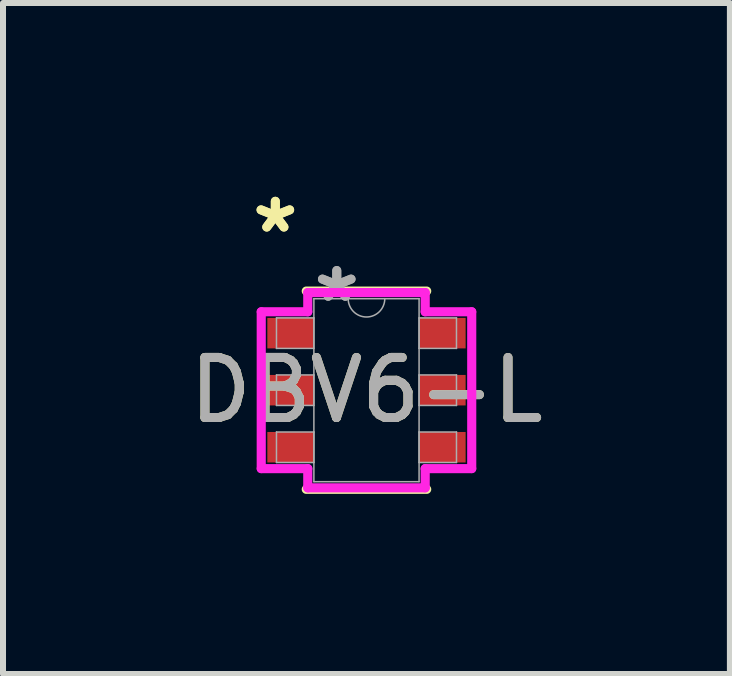
<source format=kicad_pcb>
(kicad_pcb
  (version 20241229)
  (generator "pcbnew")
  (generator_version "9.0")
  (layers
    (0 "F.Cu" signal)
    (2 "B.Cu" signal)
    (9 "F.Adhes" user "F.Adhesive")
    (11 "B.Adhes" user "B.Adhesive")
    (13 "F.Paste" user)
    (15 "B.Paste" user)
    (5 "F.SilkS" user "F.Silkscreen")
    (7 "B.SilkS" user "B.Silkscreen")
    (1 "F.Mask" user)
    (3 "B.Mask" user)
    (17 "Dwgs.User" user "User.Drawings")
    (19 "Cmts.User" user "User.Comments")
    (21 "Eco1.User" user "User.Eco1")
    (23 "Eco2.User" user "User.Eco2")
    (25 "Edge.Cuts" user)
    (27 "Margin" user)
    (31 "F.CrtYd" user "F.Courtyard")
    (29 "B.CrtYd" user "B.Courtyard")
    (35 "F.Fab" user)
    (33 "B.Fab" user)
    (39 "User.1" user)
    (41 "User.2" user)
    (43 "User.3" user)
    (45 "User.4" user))
  (footprint "DBV6-L"
    (layer "F.Cu")
    (at 3.054 3.449)
    (property "Reference" "DBV6-L" (at 0 0 0) (unlocked yes) (layer "F.SilkS") (effects (font (size 1 1) (thickness 0.15))))
    (attr smd)
    (fp_line (start -1.003 1.651) (end 1.003 1.651) (stroke (width 0.152) (type solid)) (layer "F.SilkS"))
    (fp_line (start 1.003 -1.651) (end -1.003 -1.651) (stroke (width 0.152) (type solid)) (layer "F.SilkS"))
    (fp_line (start -1.753 -1.306) (end -0.978 -1.306) (stroke (width 0.152) (type solid)) (layer "F.CrtYd"))
    (fp_line (start -1.753 1.306) (end -1.753 -1.306) (stroke (width 0.152) (type solid)) (layer "F.CrtYd"))
    (fp_line (start -1.753 1.306) (end -0.978 1.306) (stroke (width 0.152) (type solid)) (layer "F.CrtYd"))
    (fp_line (start -0.978 -1.626) (end 0.978 -1.626) (stroke (width 0.152) (type solid)) (layer "F.CrtYd"))
    (fp_line (start -0.978 -1.306) (end -0.978 -1.626) (stroke (width 0.152) (type solid)) (layer "F.CrtYd"))
    (fp_line (start -0.978 1.626) (end -0.978 1.306) (stroke (width 0.152) (type solid)) (layer "F.CrtYd"))
    (fp_line (start 0.978 -1.626) (end 0.978 -1.306) (stroke (width 0.152) (type solid)) (layer "F.CrtYd"))
    (fp_line (start 0.978 1.306) (end 0.978 1.626) (stroke (width 0.152) (type solid)) (layer "F.CrtYd"))
    (fp_line (start 0.978 1.626) (end -0.978 1.626) (stroke (width 0.152) (type solid)) (layer "F.CrtYd"))
    (fp_line (start 1.753 -1.306) (end 0.978 -1.306) (stroke (width 0.152) (type solid)) (layer "F.CrtYd"))
    (fp_line (start 1.753 -1.306) (end 1.753 1.306) (stroke (width 0.152) (type solid)) (layer "F.CrtYd"))
    (fp_line (start 1.753 1.306) (end 0.978 1.306) (stroke (width 0.152) (type solid)) (layer "F.CrtYd"))
    (fp_line (start -1.499 -1.204) (end -1.499 -0.696) (stroke (width 0.025) (type solid)) (layer "F.Fab"))
    (fp_line (start -1.499 -0.696) (end -0.876 -0.696) (stroke (width 0.025) (type solid)) (layer "F.Fab"))
    (fp_line (start -1.499 -0.254) (end -1.499 0.254) (stroke (width 0.025) (type solid)) (layer "F.Fab"))
    (fp_line (start -1.499 0.254) (end -0.876 0.254) (stroke (width 0.025) (type solid)) (layer "F.Fab"))
    (fp_line (start -1.499 0.696) (end -1.499 1.204) (stroke (width 0.025) (type solid)) (layer "F.Fab"))
    (fp_line (start -1.499 1.204) (end -0.876 1.204) (stroke (width 0.025) (type solid)) (layer "F.Fab"))
    (fp_line (start -0.876 -1.524) (end -0.876 1.524) (stroke (width 0.025) (type solid)) (layer "F.Fab"))
    (fp_line (start -0.876 -1.204) (end -1.499 -1.204) (stroke (width 0.025) (type solid)) (layer "F.Fab"))
    (fp_line (start -0.876 -0.696) (end -0.876 -1.204) (stroke (width 0.025) (type solid)) (layer "F.Fab"))
    (fp_line (start -0.876 -0.254) (end -1.499 -0.254) (stroke (width 0.025) (type solid)) (layer "F.Fab"))
    (fp_line (start -0.876 0.254) (end -0.876 -0.254) (stroke (width 0.025) (type solid)) (layer "F.Fab"))
    (fp_line (start -0.876 0.696) (end -1.499 0.696) (stroke (width 0.025) (type solid)) (layer "F.Fab"))
    (fp_line (start -0.876 1.204) (end -0.876 0.696) (stroke (width 0.025) (type solid)) (layer "F.Fab"))
    (fp_line (start -0.876 1.524) (end 0.876 1.524) (stroke (width 0.025) (type solid)) (layer "F.Fab"))
    (fp_line (start 0.876 -1.524) (end -0.876 -1.524) (stroke (width 0.025) (type solid)) (layer "F.Fab"))
    (fp_line (start 0.876 -1.204) (end 0.876 -0.696) (stroke (width 0.025) (type solid)) (layer "F.Fab"))
    (fp_line (start 0.876 -0.696) (end 1.499 -0.696) (stroke (width 0.025) (type solid)) (layer "F.Fab"))
    (fp_line (start 0.876 -0.254) (end 0.876 0.254) (stroke (width 0.025) (type solid)) (layer "F.Fab"))
    (fp_line (start 0.876 0.254) (end 1.499 0.254) (stroke (width 0.025) (type solid)) (layer "F.Fab"))
    (fp_line (start 0.876 0.696) (end 0.876 1.204) (stroke (width 0.025) (type solid)) (layer "F.Fab"))
    (fp_line (start 0.876 1.204) (end 1.499 1.204) (stroke (width 0.025) (type solid)) (layer "F.Fab"))
    (fp_line (start 0.876 1.524) (end 0.876 -1.524) (stroke (width 0.025) (type solid)) (layer "F.Fab"))
    (fp_line (start 1.499 -1.204) (end 0.876 -1.204) (stroke (width 0.025) (type solid)) (layer "F.Fab"))
    (fp_line (start 1.499 -0.696) (end 1.499 -1.204) (stroke (width 0.025) (type solid)) (layer "F.Fab"))
    (fp_line (start 1.499 -0.254) (end 0.876 -0.254) (stroke (width 0.025) (type solid)) (layer "F.Fab"))
    (fp_line (start 1.499 0.254) (end 1.499 -0.254) (stroke (width 0.025) (type solid)) (layer "F.Fab"))
    (fp_line (start 1.499 0.696) (end 0.876 0.696) (stroke (width 0.025) (type solid)) (layer "F.Fab"))
    (fp_line (start 1.499 1.204) (end 1.499 0.696) (stroke (width 0.025) (type solid)) (layer "F.Fab"))
    (fp_arc (start 0.3048 -1.524) (mid 0 -1.2192) (end -0.3048 -1.524) (stroke (width 0.0254) (type solid)) (layer "F.Fab"))
    (fp_text user "*" (at -1.518 -2.601 0) (unlocked yes) (layer "F.SilkS") (effects (font (size 1 1) (thickness 0.15))))
    (fp_text user "*" (at -1.518 -2.601 0) (layer "F.SilkS") (effects (font (size 1 1) (thickness 0.15))))
    (fp_text user "${REFERENCE}" (at 0 0 0) (unlocked yes) (layer "F.Fab") (effects (font (size 1 1) (thickness 0.15))))
    (fp_text user "*" (at -0.495 -1.448 0) (layer "F.Fab") (effects (font (size 1 1) (thickness 0.15))))
    (fp_text user "*" (at -0.495 -1.448 0) (unlocked yes) (layer "F.Fab") (effects (font (size 1 1) (thickness 0.15))))
    (pad "1" smd rect (at -1.264 -0.95) (size 0.775 0.508) (layers "F.Cu" "F.Mask" "F.Paste"))
    (pad "2" smd rect (at -1.264 0) (size 0.775 0.508) (layers "F.Cu" "F.Mask" "F.Paste"))
    (pad "3" smd rect (at -1.264 0.95) (size 0.775 0.508) (layers "F.Cu" "F.Mask" "F.Paste"))
    (pad "4" smd rect (at 1.264 0.95) (size 0.775 0.508) (layers "F.Cu" "F.Mask" "F.Paste"))
    (pad "5" smd rect (at 1.264 0) (size 0.775 0.508) (layers "F.Cu" "F.Mask" "F.Paste"))
    (pad "6" smd rect (at 1.264 -0.95) (size 0.775 0.508) (layers "F.Cu" "F.Mask" "F.Paste")))
  (gr_rect
    (start -3 -3)
    (end 9.107 8.176)
    (stroke (width 0.1) (type default))
    (fill no)
    (layer "Edge.Cuts")))
</source>
